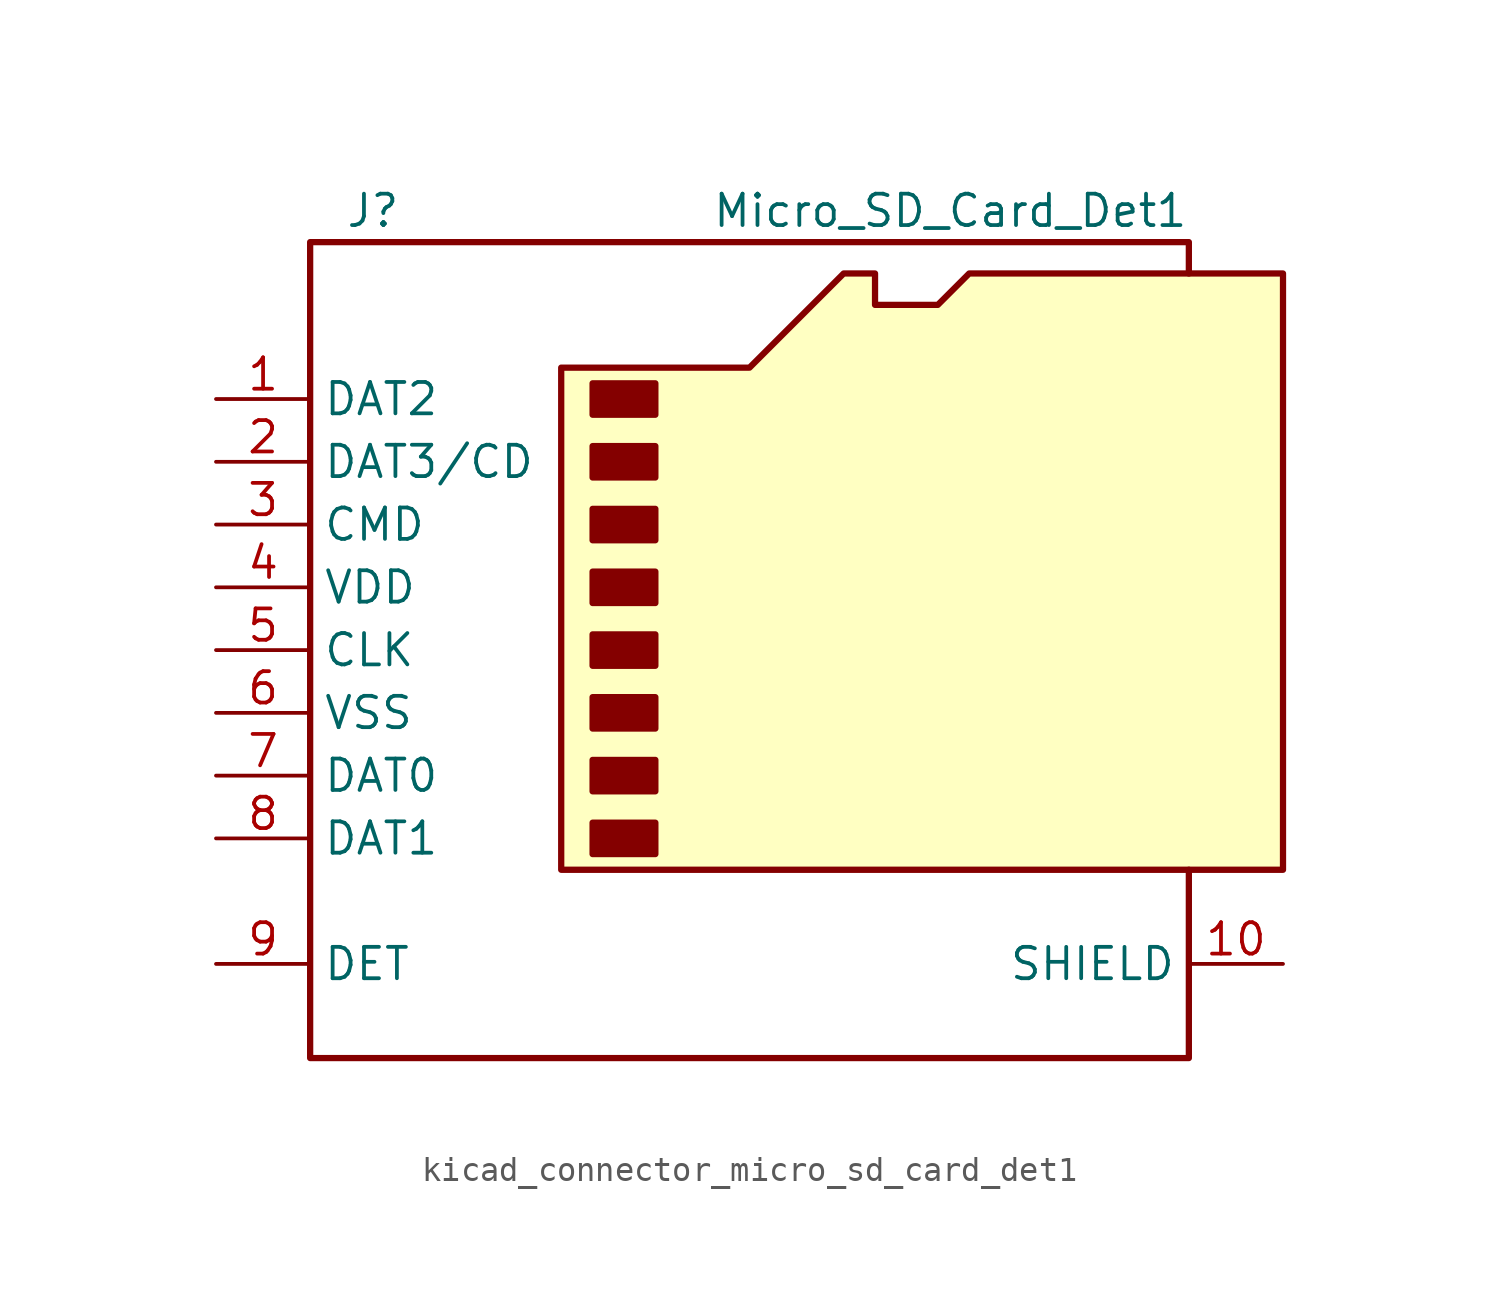
<source format=kicad_sym>
(kicad_symbol_lib
  (version 20220914)
  (generator kicad_symbol_editor)
  (symbol "kicad_connector_micro_sd_card_det1"
    (property "Reference" "J"
      (at -16.51 17.78 0)
      (effects (font (size 1.27 1.27))))
    (property "Value" "Micro_SD_Card_Det1"
      (at 16.51 17.78 0)
      (effects (font (size 1.27 1.27)) (justify right)))
    (symbol "kicad_connector_micro_sd_card_det1_0_1"
      (rectangle (start -7.62 -6.985) (end -5.08 -8.255) (stroke (width 0.254) (type default)) (fill (type outline)))
      (rectangle (start -7.62 -4.445) (end -5.08 -5.715) (stroke (width 0.254) (type default)) (fill (type outline)))
      (rectangle (start -7.62 -1.905) (end -5.08 -3.175) (stroke (width 0.254) (type default)) (fill (type outline)))
      (rectangle (start -7.62 0.635) (end -5.08 -0.635) (stroke (width 0.254) (type default)) (fill (type outline)))
      (rectangle (start -7.62 3.175) (end -5.08 1.905) (stroke (width 0.254) (type default)) (fill (type outline)))
      (rectangle (start -7.62 5.715) (end -5.08 4.445) (stroke (width 0.254) (type default)) (fill (type outline)))
      (rectangle (start -7.62 8.255) (end -5.08 6.985) (stroke (width 0.254) (type default)) (fill (type outline)))
      (rectangle (start -7.62 10.795) (end -5.08 9.525) (stroke (width 0.254) (type default)) (fill (type outline)))
      (polyline (pts (xy 16.51 15.24) (xy 16.51 16.51) (xy -19.05 16.51) (xy -19.05 -16.51) (xy 16.51 -16.51) (xy 16.51 -8.89)) (stroke (width 0.254) (type default)) (fill (type none)))
      (polyline (pts (xy -8.89 -8.89) (xy -8.89 11.43) (xy -1.27 11.43) (xy 2.54 15.24) (xy 3.81 15.24) (xy 3.81 13.97) (xy 6.35 13.97) (xy 7.62 15.24) (xy 20.32 15.24) (xy 20.32 -8.89) (xy -8.89 -8.89)) (stroke (width 0.254) (type default)) (fill (type background))))
    (symbol "kicad_connector_micro_sd_card_det1_1_1"
      (pin bidirectional line (at -22.86 10.16 0) (length 3.81) (name "DAT2" (effects (font (size 1.27 1.27)))) (number "1" (effects (font (size 1.27 1.27)))))
      (pin passive line (at 20.32 -12.7 180) (length 3.81) (name "SHIELD" (effects (font (size 1.27 1.27)))) (number "10" (effects (font (size 1.27 1.27)))))
      (pin bidirectional line (at -22.86 7.62 0) (length 3.81) (name "DAT3/CD" (effects (font (size 1.27 1.27)))) (number "2" (effects (font (size 1.27 1.27)))))
      (pin input line (at -22.86 5.08 0) (length 3.81) (name "CMD" (effects (font (size 1.27 1.27)))) (number "3" (effects (font (size 1.27 1.27)))))
      (pin power_in line (at -22.86 2.54 0) (length 3.81) (name "VDD" (effects (font (size 1.27 1.27)))) (number "4" (effects (font (size 1.27 1.27)))))
      (pin input line (at -22.86 0 0) (length 3.81) (name "CLK" (effects (font (size 1.27 1.27)))) (number "5" (effects (font (size 1.27 1.27)))))
      (pin power_in line (at -22.86 -2.54 0) (length 3.81) (name "VSS" (effects (font (size 1.27 1.27)))) (number "6" (effects (font (size 1.27 1.27)))))
      (pin bidirectional line (at -22.86 -5.08 0) (length 3.81) (name "DAT0" (effects (font (size 1.27 1.27)))) (number "7" (effects (font (size 1.27 1.27)))))
      (pin bidirectional line (at -22.86 -7.62 0) (length 3.81) (name "DAT1" (effects (font (size 1.27 1.27)))) (number "8" (effects (font (size 1.27 1.27)))))
      (pin passive line (at -22.86 -12.7 0) (length 3.81) (name "DET" (effects (font (size 1.27 1.27)))) (number "9" (effects (font (size 1.27 1.27))))))))
</source>
